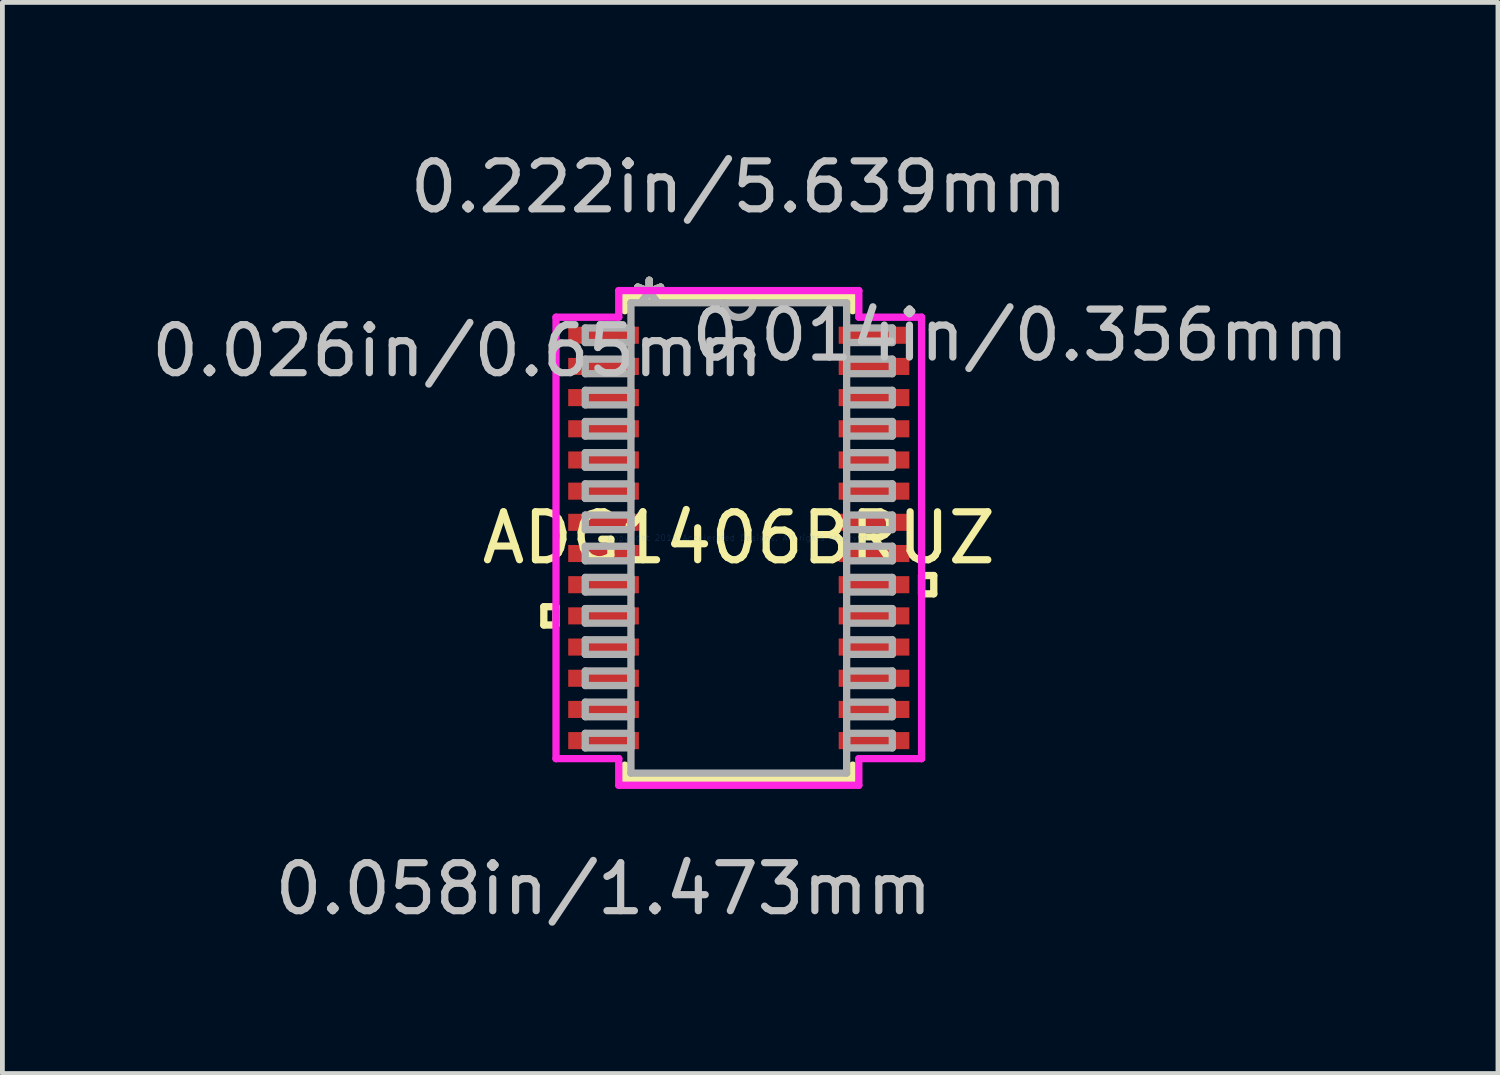
<source format=kicad_pcb>
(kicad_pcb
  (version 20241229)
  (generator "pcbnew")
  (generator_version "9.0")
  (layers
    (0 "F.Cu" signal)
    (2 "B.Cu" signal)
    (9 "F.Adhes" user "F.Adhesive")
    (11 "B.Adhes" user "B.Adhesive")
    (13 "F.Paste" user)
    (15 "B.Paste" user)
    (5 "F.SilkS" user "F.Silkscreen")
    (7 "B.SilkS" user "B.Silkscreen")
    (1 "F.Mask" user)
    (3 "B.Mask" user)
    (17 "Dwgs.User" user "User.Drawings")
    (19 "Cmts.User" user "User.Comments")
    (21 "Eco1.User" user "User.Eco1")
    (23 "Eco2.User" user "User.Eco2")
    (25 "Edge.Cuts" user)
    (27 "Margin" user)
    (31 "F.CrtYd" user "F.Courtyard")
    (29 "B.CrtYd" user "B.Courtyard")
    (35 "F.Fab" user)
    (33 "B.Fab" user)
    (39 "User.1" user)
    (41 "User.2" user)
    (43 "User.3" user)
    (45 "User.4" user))
  (footprint "ADG1406BRUZ"
    (layer "F.Cu")
    (at 12.35 8.163)
    (property "Reference" "ADG1406BRUZ" (at 0 0 0) (layer "F.SilkS") (effects (font (size 1 1) (thickness 0.15))))
    (attr through_hole)
    (fp_line (start -4.064 1.434) (end -4.064 1.815) (stroke (width 0.152) (type solid)) (layer "F.SilkS"))
    (fp_line (start -4.064 1.815) (end -3.81 1.815) (stroke (width 0.152) (type solid)) (layer "F.SilkS"))
    (fp_line (start -3.81 1.434) (end -4.064 1.434) (stroke (width 0.152) (type solid)) (layer "F.SilkS"))
    (fp_line (start -3.81 1.815) (end -3.81 1.434) (stroke (width 0.152) (type solid)) (layer "F.SilkS"))
    (fp_line (start -2.375 -5.029) (end -2.375 -4.736) (stroke (width 0.152) (type solid)) (layer "F.SilkS"))
    (fp_line (start -2.375 4.736) (end -2.375 5.029) (stroke (width 0.152) (type solid)) (layer "F.SilkS"))
    (fp_line (start -2.375 5.029) (end 2.375 5.029) (stroke (width 0.152) (type solid)) (layer "F.SilkS"))
    (fp_line (start 2.375 -5.029) (end -2.375 -5.029) (stroke (width 0.152) (type solid)) (layer "F.SilkS"))
    (fp_line (start 2.375 -4.736) (end 2.375 -5.029) (stroke (width 0.152) (type solid)) (layer "F.SilkS"))
    (fp_line (start 2.375 5.029) (end 2.375 4.736) (stroke (width 0.152) (type solid)) (layer "F.SilkS"))
    (fp_line (start 3.81 0.784) (end 4.064 0.784) (stroke (width 0.152) (type solid)) (layer "F.SilkS"))
    (fp_line (start 3.81 1.165) (end 3.81 0.784) (stroke (width 0.152) (type solid)) (layer "F.SilkS"))
    (fp_line (start 4.064 0.784) (end 4.064 1.165) (stroke (width 0.152) (type solid)) (layer "F.SilkS"))
    (fp_line (start 4.064 1.165) (end 3.81 1.165) (stroke (width 0.152) (type solid)) (layer "F.SilkS"))
    (fp_line (start -3.81 -4.601) (end -2.502 -4.601) (stroke (width 0.152) (type solid)) (layer "F.CrtYd"))
    (fp_line (start -3.81 4.601) (end -3.81 -4.601) (stroke (width 0.152) (type solid)) (layer "F.CrtYd"))
    (fp_line (start -2.502 -5.156) (end 2.502 -5.156) (stroke (width 0.152) (type solid)) (layer "F.CrtYd"))
    (fp_line (start -2.502 -4.601) (end -2.502 -5.156) (stroke (width 0.152) (type solid)) (layer "F.CrtYd"))
    (fp_line (start -2.502 4.601) (end -3.81 4.601) (stroke (width 0.152) (type solid)) (layer "F.CrtYd"))
    (fp_line (start -2.502 5.156) (end -2.502 4.601) (stroke (width 0.152) (type solid)) (layer "F.CrtYd"))
    (fp_line (start 2.502 -5.156) (end 2.502 -4.601) (stroke (width 0.152) (type solid)) (layer "F.CrtYd"))
    (fp_line (start 2.502 -4.601) (end 3.81 -4.601) (stroke (width 0.152) (type solid)) (layer "F.CrtYd"))
    (fp_line (start 2.502 4.601) (end 2.502 5.156) (stroke (width 0.152) (type solid)) (layer "F.CrtYd"))
    (fp_line (start 2.502 5.156) (end -2.502 5.156) (stroke (width 0.152) (type solid)) (layer "F.CrtYd"))
    (fp_line (start 3.81 -4.601) (end 3.81 4.601) (stroke (width 0.152) (type solid)) (layer "F.CrtYd"))
    (fp_line (start 3.81 4.601) (end 2.502 4.601) (stroke (width 0.152) (type solid)) (layer "F.CrtYd"))
    (fp_line (start -3.2 -4.377) (end -3.2 -4.073) (stroke (width 0.152) (type solid)) (layer "F.Fab"))
    (fp_line (start -3.2 -4.073) (end -2.248 -4.073) (stroke (width 0.152) (type solid)) (layer "F.Fab"))
    (fp_line (start -3.2 -3.727) (end -3.2 -3.423) (stroke (width 0.152) (type solid)) (layer "F.Fab"))
    (fp_line (start -3.2 -3.423) (end -2.248 -3.423) (stroke (width 0.152) (type solid)) (layer "F.Fab"))
    (fp_line (start -3.2 -3.077) (end -3.2 -2.773) (stroke (width 0.152) (type solid)) (layer "F.Fab"))
    (fp_line (start -3.2 -2.773) (end -2.248 -2.773) (stroke (width 0.152) (type solid)) (layer "F.Fab"))
    (fp_line (start -3.2 -2.427) (end -3.2 -2.123) (stroke (width 0.152) (type solid)) (layer "F.Fab"))
    (fp_line (start -3.2 -2.123) (end -2.248 -2.123) (stroke (width 0.152) (type solid)) (layer "F.Fab"))
    (fp_line (start -3.2 -1.777) (end -3.2 -1.473) (stroke (width 0.152) (type solid)) (layer "F.Fab"))
    (fp_line (start -3.2 -1.473) (end -2.248 -1.473) (stroke (width 0.152) (type solid)) (layer "F.Fab"))
    (fp_line (start -3.2 -1.127) (end -3.2 -0.823) (stroke (width 0.152) (type solid)) (layer "F.Fab"))
    (fp_line (start -3.2 -0.823) (end -2.248 -0.823) (stroke (width 0.152) (type solid)) (layer "F.Fab"))
    (fp_line (start -3.2 -0.477) (end -3.2 -0.173) (stroke (width 0.152) (type solid)) (layer "F.Fab"))
    (fp_line (start -3.2 -0.173) (end -2.248 -0.173) (stroke (width 0.152) (type solid)) (layer "F.Fab"))
    (fp_line (start -3.2 0.173) (end -3.2 0.477) (stroke (width 0.152) (type solid)) (layer "F.Fab"))
    (fp_line (start -3.2 0.477) (end -2.248 0.477) (stroke (width 0.152) (type solid)) (layer "F.Fab"))
    (fp_line (start -3.2 0.823) (end -3.2 1.127) (stroke (width 0.152) (type solid)) (layer "F.Fab"))
    (fp_line (start -3.2 1.127) (end -2.248 1.127) (stroke (width 0.152) (type solid)) (layer "F.Fab"))
    (fp_line (start -3.2 1.473) (end -3.2 1.777) (stroke (width 0.152) (type solid)) (layer "F.Fab"))
    (fp_line (start -3.2 1.777) (end -2.248 1.777) (stroke (width 0.152) (type solid)) (layer "F.Fab"))
    (fp_line (start -3.2 2.123) (end -3.2 2.427) (stroke (width 0.152) (type solid)) (layer "F.Fab"))
    (fp_line (start -3.2 2.427) (end -2.248 2.427) (stroke (width 0.152) (type solid)) (layer "F.Fab"))
    (fp_line (start -3.2 2.773) (end -3.2 3.077) (stroke (width 0.152) (type solid)) (layer "F.Fab"))
    (fp_line (start -3.2 3.077) (end -2.248 3.077) (stroke (width 0.152) (type solid)) (layer "F.Fab"))
    (fp_line (start -3.2 3.423) (end -3.2 3.727) (stroke (width 0.152) (type solid)) (layer "F.Fab"))
    (fp_line (start -3.2 3.727) (end -2.248 3.727) (stroke (width 0.152) (type solid)) (layer "F.Fab"))
    (fp_line (start -3.2 4.073) (end -3.2 4.377) (stroke (width 0.152) (type solid)) (layer "F.Fab"))
    (fp_line (start -3.2 4.377) (end -2.248 4.377) (stroke (width 0.152) (type solid)) (layer "F.Fab"))
    (fp_line (start -2.248 -4.902) (end -2.248 4.902) (stroke (width 0.152) (type solid)) (layer "F.Fab"))
    (fp_line (start -2.248 -4.377) (end -3.2 -4.377) (stroke (width 0.152) (type solid)) (layer "F.Fab"))
    (fp_line (start -2.248 -4.073) (end -2.248 -4.377) (stroke (width 0.152) (type solid)) (layer "F.Fab"))
    (fp_line (start -2.248 -3.727) (end -3.2 -3.727) (stroke (width 0.152) (type solid)) (layer "F.Fab"))
    (fp_line (start -2.248 -3.423) (end -2.248 -3.727) (stroke (width 0.152) (type solid)) (layer "F.Fab"))
    (fp_line (start -2.248 -3.077) (end -3.2 -3.077) (stroke (width 0.152) (type solid)) (layer "F.Fab"))
    (fp_line (start -2.248 -2.773) (end -2.248 -3.077) (stroke (width 0.152) (type solid)) (layer "F.Fab"))
    (fp_line (start -2.248 -2.427) (end -3.2 -2.427) (stroke (width 0.152) (type solid)) (layer "F.Fab"))
    (fp_line (start -2.248 -2.123) (end -2.248 -2.427) (stroke (width 0.152) (type solid)) (layer "F.Fab"))
    (fp_line (start -2.248 -1.777) (end -3.2 -1.777) (stroke (width 0.152) (type solid)) (layer "F.Fab"))
    (fp_line (start -2.248 -1.473) (end -2.248 -1.777) (stroke (width 0.152) (type solid)) (layer "F.Fab"))
    (fp_line (start -2.248 -1.127) (end -3.2 -1.127) (stroke (width 0.152) (type solid)) (layer "F.Fab"))
    (fp_line (start -2.248 -0.823) (end -2.248 -1.127) (stroke (width 0.152) (type solid)) (layer "F.Fab"))
    (fp_line (start -2.248 -0.477) (end -3.2 -0.477) (stroke (width 0.152) (type solid)) (layer "F.Fab"))
    (fp_line (start -2.248 -0.173) (end -2.248 -0.477) (stroke (width 0.152) (type solid)) (layer "F.Fab"))
    (fp_line (start -2.248 0.173) (end -3.2 0.173) (stroke (width 0.152) (type solid)) (layer "F.Fab"))
    (fp_line (start -2.248 0.477) (end -2.248 0.173) (stroke (width 0.152) (type solid)) (layer "F.Fab"))
    (fp_line (start -2.248 0.823) (end -3.2 0.823) (stroke (width 0.152) (type solid)) (layer "F.Fab"))
    (fp_line (start -2.248 1.127) (end -2.248 0.823) (stroke (width 0.152) (type solid)) (layer "F.Fab"))
    (fp_line (start -2.248 1.473) (end -3.2 1.473) (stroke (width 0.152) (type solid)) (layer "F.Fab"))
    (fp_line (start -2.248 1.777) (end -2.248 1.473) (stroke (width 0.152) (type solid)) (layer "F.Fab"))
    (fp_line (start -2.248 2.123) (end -3.2 2.123) (stroke (width 0.152) (type solid)) (layer "F.Fab"))
    (fp_line (start -2.248 2.427) (end -2.248 2.123) (stroke (width 0.152) (type solid)) (layer "F.Fab"))
    (fp_line (start -2.248 2.773) (end -3.2 2.773) (stroke (width 0.152) (type solid)) (layer "F.Fab"))
    (fp_line (start -2.248 3.077) (end -2.248 2.773) (stroke (width 0.152) (type solid)) (layer "F.Fab"))
    (fp_line (start -2.248 3.423) (end -3.2 3.423) (stroke (width 0.152) (type solid)) (layer "F.Fab"))
    (fp_line (start -2.248 3.727) (end -2.248 3.423) (stroke (width 0.152) (type solid)) (layer "F.Fab"))
    (fp_line (start -2.248 4.073) (end -3.2 4.073) (stroke (width 0.152) (type solid)) (layer "F.Fab"))
    (fp_line (start -2.248 4.377) (end -2.248 4.073) (stroke (width 0.152) (type solid)) (layer "F.Fab"))
    (fp_line (start -2.248 4.902) (end 2.248 4.902) (stroke (width 0.152) (type solid)) (layer "F.Fab"))
    (fp_line (start 2.248 -4.902) (end -2.248 -4.902) (stroke (width 0.152) (type solid)) (layer "F.Fab"))
    (fp_line (start 2.248 -4.377) (end 2.248 -4.073) (stroke (width 0.152) (type solid)) (layer "F.Fab"))
    (fp_line (start 2.248 -4.073) (end 3.2 -4.073) (stroke (width 0.152) (type solid)) (layer "F.Fab"))
    (fp_line (start 2.248 -3.727) (end 2.248 -3.423) (stroke (width 0.152) (type solid)) (layer "F.Fab"))
    (fp_line (start 2.248 -3.423) (end 3.2 -3.423) (stroke (width 0.152) (type solid)) (layer "F.Fab"))
    (fp_line (start 2.248 -3.077) (end 2.248 -2.773) (stroke (width 0.152) (type solid)) (layer "F.Fab"))
    (fp_line (start 2.248 -2.773) (end 3.2 -2.773) (stroke (width 0.152) (type solid)) (layer "F.Fab"))
    (fp_line (start 2.248 -2.427) (end 2.248 -2.123) (stroke (width 0.152) (type solid)) (layer "F.Fab"))
    (fp_line (start 2.248 -2.123) (end 3.2 -2.123) (stroke (width 0.152) (type solid)) (layer "F.Fab"))
    (fp_line (start 2.248 -1.777) (end 2.248 -1.473) (stroke (width 0.152) (type solid)) (layer "F.Fab"))
    (fp_line (start 2.248 -1.473) (end 3.2 -1.473) (stroke (width 0.152) (type solid)) (layer "F.Fab"))
    (fp_line (start 2.248 -1.127) (end 2.248 -0.823) (stroke (width 0.152) (type solid)) (layer "F.Fab"))
    (fp_line (start 2.248 -0.823) (end 3.2 -0.823) (stroke (width 0.152) (type solid)) (layer "F.Fab"))
    (fp_line (start 2.248 -0.477) (end 2.248 -0.173) (stroke (width 0.152) (type solid)) (layer "F.Fab"))
    (fp_line (start 2.248 -0.173) (end 3.2 -0.173) (stroke (width 0.152) (type solid)) (layer "F.Fab"))
    (fp_line (start 2.248 0.173) (end 2.248 0.477) (stroke (width 0.152) (type solid)) (layer "F.Fab"))
    (fp_line (start 2.248 0.477) (end 3.2 0.477) (stroke (width 0.152) (type solid)) (layer "F.Fab"))
    (fp_line (start 2.248 0.823) (end 2.248 1.127) (stroke (width 0.152) (type solid)) (layer "F.Fab"))
    (fp_line (start 2.248 1.127) (end 3.2 1.127) (stroke (width 0.152) (type solid)) (layer "F.Fab"))
    (fp_line (start 2.248 1.473) (end 2.248 1.777) (stroke (width 0.152) (type solid)) (layer "F.Fab"))
    (fp_line (start 2.248 1.777) (end 3.2 1.777) (stroke (width 0.152) (type solid)) (layer "F.Fab"))
    (fp_line (start 2.248 2.123) (end 2.248 2.427) (stroke (width 0.152) (type solid)) (layer "F.Fab"))
    (fp_line (start 2.248 2.427) (end 3.2 2.427) (stroke (width 0.152) (type solid)) (layer "F.Fab"))
    (fp_line (start 2.248 2.773) (end 2.248 3.077) (stroke (width 0.152) (type solid)) (layer "F.Fab"))
    (fp_line (start 2.248 3.077) (end 3.2 3.077) (stroke (width 0.152) (type solid)) (layer "F.Fab"))
    (fp_line (start 2.248 3.423) (end 2.248 3.727) (stroke (width 0.152) (type solid)) (layer "F.Fab"))
    (fp_line (start 2.248 3.727) (end 3.2 3.727) (stroke (width 0.152) (type solid)) (layer "F.Fab"))
    (fp_line (start 2.248 4.073) (end 2.248 4.377) (stroke (width 0.152) (type solid)) (layer "F.Fab"))
    (fp_line (start 2.248 4.377) (end 3.2 4.377) (stroke (width 0.152) (type solid)) (layer "F.Fab"))
    (fp_line (start 2.248 4.902) (end 2.248 -4.902) (stroke (width 0.152) (type solid)) (layer "F.Fab"))
    (fp_line (start 3.2 -4.377) (end 2.248 -4.377) (stroke (width 0.152) (type solid)) (layer "F.Fab"))
    (fp_line (start 3.2 -4.073) (end 3.2 -4.377) (stroke (width 0.152) (type solid)) (layer "F.Fab"))
    (fp_line (start 3.2 -3.727) (end 2.248 -3.727) (stroke (width 0.152) (type solid)) (layer "F.Fab"))
    (fp_line (start 3.2 -3.423) (end 3.2 -3.727) (stroke (width 0.152) (type solid)) (layer "F.Fab"))
    (fp_line (start 3.2 -3.077) (end 2.248 -3.077) (stroke (width 0.152) (type solid)) (layer "F.Fab"))
    (fp_line (start 3.2 -2.773) (end 3.2 -3.077) (stroke (width 0.152) (type solid)) (layer "F.Fab"))
    (fp_line (start 3.2 -2.427) (end 2.248 -2.427) (stroke (width 0.152) (type solid)) (layer "F.Fab"))
    (fp_line (start 3.2 -2.123) (end 3.2 -2.427) (stroke (width 0.152) (type solid)) (layer "F.Fab"))
    (fp_line (start 3.2 -1.777) (end 2.248 -1.777) (stroke (width 0.152) (type solid)) (layer "F.Fab"))
    (fp_line (start 3.2 -1.473) (end 3.2 -1.777) (stroke (width 0.152) (type solid)) (layer "F.Fab"))
    (fp_line (start 3.2 -1.127) (end 2.248 -1.127) (stroke (width 0.152) (type solid)) (layer "F.Fab"))
    (fp_line (start 3.2 -0.823) (end 3.2 -1.127) (stroke (width 0.152) (type solid)) (layer "F.Fab"))
    (fp_line (start 3.2 -0.477) (end 2.248 -0.477) (stroke (width 0.152) (type solid)) (layer "F.Fab"))
    (fp_line (start 3.2 -0.173) (end 3.2 -0.477) (stroke (width 0.152) (type solid)) (layer "F.Fab"))
    (fp_line (start 3.2 0.173) (end 2.248 0.173) (stroke (width 0.152) (type solid)) (layer "F.Fab"))
    (fp_line (start 3.2 0.477) (end 3.2 0.173) (stroke (width 0.152) (type solid)) (layer "F.Fab"))
    (fp_line (start 3.2 0.823) (end 2.248 0.823) (stroke (width 0.152) (type solid)) (layer "F.Fab"))
    (fp_line (start 3.2 1.127) (end 3.2 0.823) (stroke (width 0.152) (type solid)) (layer "F.Fab"))
    (fp_line (start 3.2 1.473) (end 2.248 1.473) (stroke (width 0.152) (type solid)) (layer "F.Fab"))
    (fp_line (start 3.2 1.777) (end 3.2 1.473) (stroke (width 0.152) (type solid)) (layer "F.Fab"))
    (fp_line (start 3.2 2.123) (end 2.248 2.123) (stroke (width 0.152) (type solid)) (layer "F.Fab"))
    (fp_line (start 3.2 2.427) (end 3.2 2.123) (stroke (width 0.152) (type solid)) (layer "F.Fab"))
    (fp_line (start 3.2 2.773) (end 2.248 2.773) (stroke (width 0.152) (type solid)) (layer "F.Fab"))
    (fp_line (start 3.2 3.077) (end 3.2 2.773) (stroke (width 0.152) (type solid)) (layer "F.Fab"))
    (fp_line (start 3.2 3.423) (end 2.248 3.423) (stroke (width 0.152) (type solid)) (layer "F.Fab"))
    (fp_line (start 3.2 3.727) (end 3.2 3.423) (stroke (width 0.152) (type solid)) (layer "F.Fab"))
    (fp_line (start 3.2 4.073) (end 2.248 4.073) (stroke (width 0.152) (type solid)) (layer "F.Fab"))
    (fp_line (start 3.2 4.377) (end 3.2 4.073) (stroke (width 0.152) (type solid)) (layer "F.Fab"))
    (fp_arc (start 0.3048 -4.9022) (mid 0 -4.5974) (end -0.3048 -4.9022) (stroke (width 0.1524) (type solid)) (layer "F.Fab"))
    (fp_text user "*" (at -1.867 -4.826 0) (layer "F.SilkS") (effects (font (size 1 1) (thickness 0.15))))
    (fp_text user "*" (at -1.867 -4.826 0) (layer "F.SilkS") (effects (font (size 1 1) (thickness 0.15))))
    (fp_text user "0.222in/5.639mm" (at 0 -7.315 0) (layer "Dwgs.User") (effects (font (size 1 1) (thickness 0.15))))
    (fp_text user "0.026in/0.65mm" (at -5.867 -3.9 0) (layer "Dwgs.User") (effects (font (size 1 1) (thickness 0.15))))
    (fp_text user "0.014in/0.356mm" (at 5.867 -4.225 0) (layer "Dwgs.User") (effects (font (size 1 1) (thickness 0.15))))
    (fp_text user "0.058in/1.473mm" (at -2.819 7.315 0) (layer "Dwgs.User") (effects (font (size 1 1) (thickness 0.15))))
    (fp_text user "Copyright 2016 Accelerated Designs. All rights reserved." (at 0 0 0) (layer "Cmts.User") (effects (font (size 0.127 0.127) (thickness 0.002))))
    (fp_text user "*" (at -1.867 -4.826 0) (layer "F.Fab") (effects (font (size 1 1) (thickness 0.15))))
    (fp_text user "*" (at -1.867 -4.826 0) (layer "F.Fab") (effects (font (size 1 1) (thickness 0.15))))
    (pad "1" smd rect (at -2.819 -4.225) (size 1.473 0.356) (layers "F.Cu" "F.Mask" "F.Paste"))
    (pad "2" smd rect (at -2.819 -3.575) (size 1.473 0.356) (layers "F.Cu" "F.Mask" "F.Paste"))
    (pad "3" smd rect (at -2.819 -2.925) (size 1.473 0.356) (layers "F.Cu" "F.Mask" "F.Paste"))
    (pad "4" smd rect (at -2.819 -2.275) (size 1.473 0.356) (layers "F.Cu" "F.Mask" "F.Paste"))
    (pad "5" smd rect (at -2.819 -1.625) (size 1.473 0.356) (layers "F.Cu" "F.Mask" "F.Paste"))
    (pad "6" smd rect (at -2.819 -0.975) (size 1.473 0.356) (layers "F.Cu" "F.Mask" "F.Paste"))
    (pad "7" smd rect (at -2.819 -0.325) (size 1.473 0.356) (layers "F.Cu" "F.Mask" "F.Paste"))
    (pad "8" smd rect (at -2.819 0.325) (size 1.473 0.356) (layers "F.Cu" "F.Mask" "F.Paste"))
    (pad "9" smd rect (at -2.819 0.975) (size 1.473 0.356) (layers "F.Cu" "F.Mask" "F.Paste"))
    (pad "10" smd rect (at -2.819 1.625) (size 1.473 0.356) (layers "F.Cu" "F.Mask" "F.Paste"))
    (pad "11" smd rect (at -2.819 2.275) (size 1.473 0.356) (layers "F.Cu" "F.Mask" "F.Paste"))
    (pad "12" smd rect (at -2.819 2.925) (size 1.473 0.356) (layers "F.Cu" "F.Mask" "F.Paste"))
    (pad "13" smd rect (at -2.819 3.575) (size 1.473 0.356) (layers "F.Cu" "F.Mask" "F.Paste"))
    (pad "14" smd rect (at -2.819 4.225) (size 1.473 0.356) (layers "F.Cu" "F.Mask" "F.Paste"))
    (pad "15" smd rect (at 2.819 4.225) (size 1.473 0.356) (layers "F.Cu" "F.Mask" "F.Paste"))
    (pad "16" smd rect (at 2.819 3.575) (size 1.473 0.356) (layers "F.Cu" "F.Mask" "F.Paste"))
    (pad "17" smd rect (at 2.819 2.925) (size 1.473 0.356) (layers "F.Cu" "F.Mask" "F.Paste"))
    (pad "18" smd rect (at 2.819 2.275) (size 1.473 0.356) (layers "F.Cu" "F.Mask" "F.Paste"))
    (pad "19" smd rect (at 2.819 1.625) (size 1.473 0.356) (layers "F.Cu" "F.Mask" "F.Paste"))
    (pad "20" smd rect (at 2.819 0.975) (size 1.473 0.356) (layers "F.Cu" "F.Mask" "F.Paste"))
    (pad "21" smd rect (at 2.819 0.325) (size 1.473 0.356) (layers "F.Cu" "F.Mask" "F.Paste"))
    (pad "22" smd rect (at 2.819 -0.325) (size 1.473 0.356) (layers "F.Cu" "F.Mask" "F.Paste"))
    (pad "23" smd rect (at 2.819 -0.975) (size 1.473 0.356) (layers "F.Cu" "F.Mask" "F.Paste"))
    (pad "24" smd rect (at 2.819 -1.625) (size 1.473 0.356) (layers "F.Cu" "F.Mask" "F.Paste"))
    (pad "25" smd rect (at 2.819 -2.275) (size 1.473 0.356) (layers "F.Cu" "F.Mask" "F.Paste"))
    (pad "26" smd rect (at 2.819 -2.925) (size 1.473 0.356) (layers "F.Cu" "F.Mask" "F.Paste"))
    (pad "27" smd rect (at 2.819 -3.575) (size 1.473 0.356) (layers "F.Cu" "F.Mask" "F.Paste"))
    (pad "28" smd rect (at 2.819 -4.225) (size 1.473 0.356) (layers "F.Cu" "F.Mask" "F.Paste")))
  (gr_rect
    (start -3 -3)
    (end 28.175 19.327)
    (stroke (width 0.1) (type default))
    (fill no)
    (layer "Edge.Cuts")))
</source>
